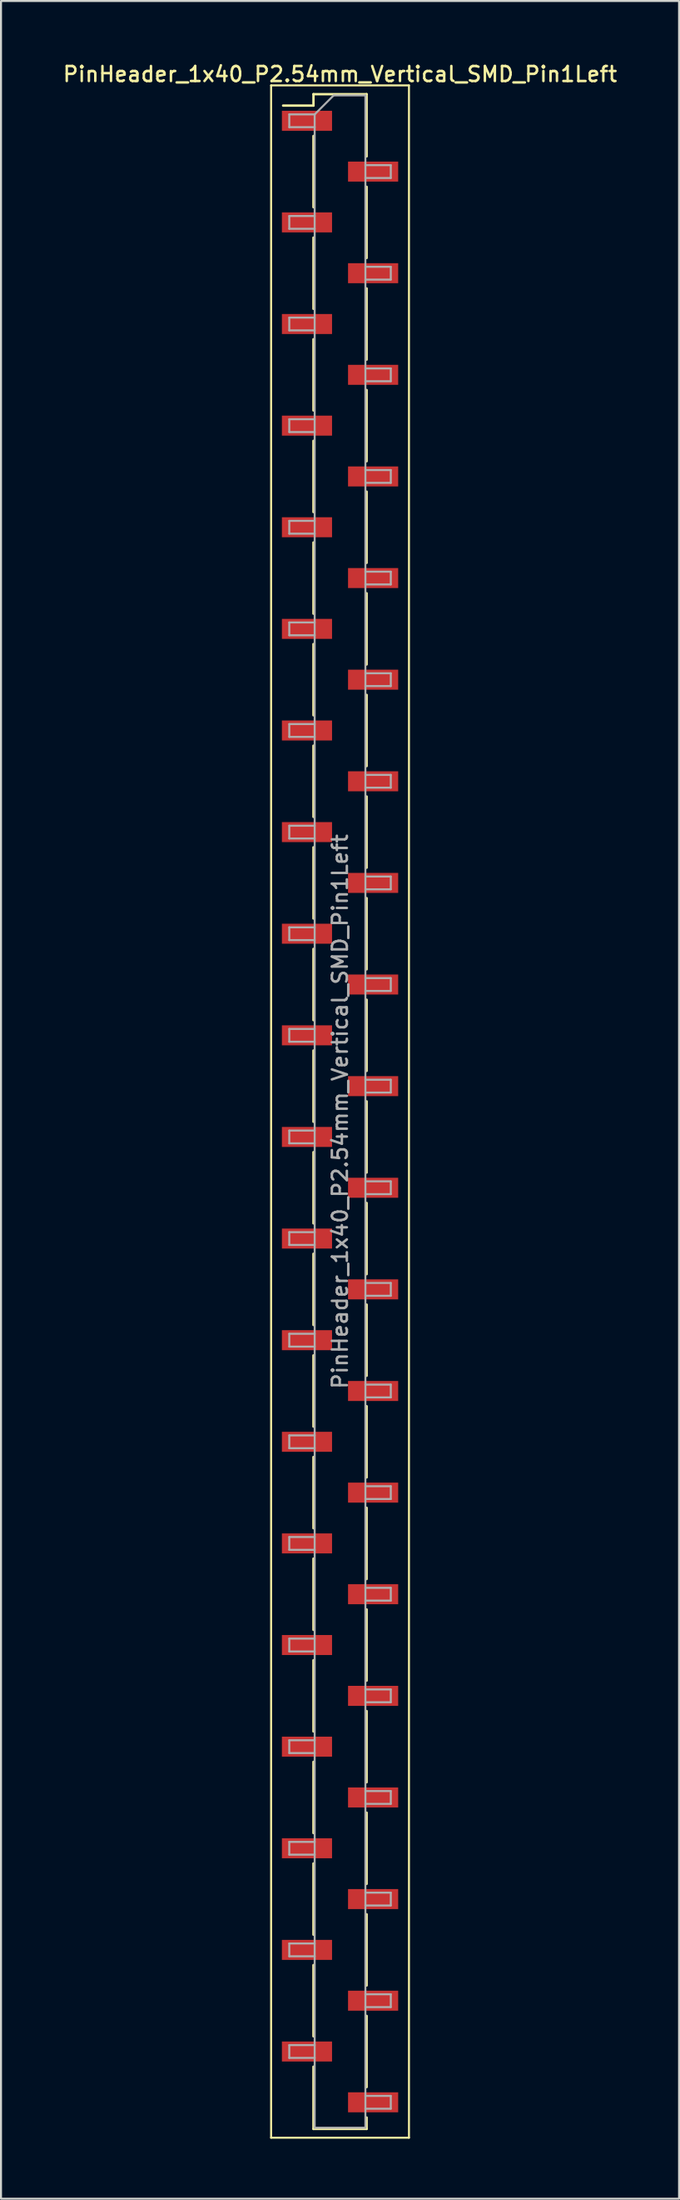
<source format=kicad_pcb>
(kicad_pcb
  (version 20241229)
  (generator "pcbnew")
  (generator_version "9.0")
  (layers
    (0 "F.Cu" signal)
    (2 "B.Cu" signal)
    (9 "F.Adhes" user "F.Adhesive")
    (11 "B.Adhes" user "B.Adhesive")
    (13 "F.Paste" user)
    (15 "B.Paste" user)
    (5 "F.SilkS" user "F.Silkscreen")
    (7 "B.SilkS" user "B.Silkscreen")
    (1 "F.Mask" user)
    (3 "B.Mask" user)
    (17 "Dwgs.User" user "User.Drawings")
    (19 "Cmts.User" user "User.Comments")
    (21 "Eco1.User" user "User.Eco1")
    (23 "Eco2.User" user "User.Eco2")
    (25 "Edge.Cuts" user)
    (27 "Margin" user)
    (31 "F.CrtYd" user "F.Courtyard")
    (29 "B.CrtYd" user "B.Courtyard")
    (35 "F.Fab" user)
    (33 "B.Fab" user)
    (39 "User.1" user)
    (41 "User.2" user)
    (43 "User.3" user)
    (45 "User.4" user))
  (footprint "PinHeader_1x40_P2.54mm_Vertical_SMD_Pin1Left"
    (layer "F.Cu")
    (at 13.97 52.518)
    (property "Reference" "PinHeader_1x40_P2.54mm_Vertical_SMD_Pin1Left" (at 0 -51.86 0) (layer "F.SilkS") (effects (font (size 0.75 0.75) (thickness 0.125))))
    (attr smd)
    (fp_line (start -3.45 -51.3) (end -3.45 51.3) (stroke (width 0.1) (type solid)) (layer "F.SilkS"))
    (fp_line (start -3.45 51.3) (end 3.45 51.3) (stroke (width 0.1) (type solid)) (layer "F.SilkS"))
    (fp_line (start -1.33 -50.86) (end -1.33 -50.29) (stroke (width 0.12) (type solid)) (layer "F.SilkS"))
    (fp_line (start -1.33 -50.86) (end 1.33 -50.86) (stroke (width 0.12) (type solid)) (layer "F.SilkS"))
    (fp_line (start -1.33 -50.29) (end -2.85 -50.29) (stroke (width 0.12) (type solid)) (layer "F.SilkS"))
    (fp_line (start -1.33 -48.77) (end -1.33 -45.21) (stroke (width 0.12) (type solid)) (layer "F.SilkS"))
    (fp_line (start -1.33 -43.69) (end -1.33 -40.13) (stroke (width 0.12) (type solid)) (layer "F.SilkS"))
    (fp_line (start -1.33 -38.61) (end -1.33 -35.05) (stroke (width 0.12) (type solid)) (layer "F.SilkS"))
    (fp_line (start -1.33 -33.53) (end -1.33 -29.97) (stroke (width 0.12) (type solid)) (layer "F.SilkS"))
    (fp_line (start -1.33 -28.45) (end -1.33 -24.89) (stroke (width 0.12) (type solid)) (layer "F.SilkS"))
    (fp_line (start -1.33 -23.37) (end -1.33 -19.81) (stroke (width 0.12) (type solid)) (layer "F.SilkS"))
    (fp_line (start -1.33 -18.29) (end -1.33 -14.73) (stroke (width 0.12) (type solid)) (layer "F.SilkS"))
    (fp_line (start -1.33 -13.21) (end -1.33 -9.65) (stroke (width 0.12) (type solid)) (layer "F.SilkS"))
    (fp_line (start -1.33 -8.13) (end -1.33 -4.57) (stroke (width 0.12) (type solid)) (layer "F.SilkS"))
    (fp_line (start -1.33 -3.05) (end -1.33 0.51) (stroke (width 0.12) (type solid)) (layer "F.SilkS"))
    (fp_line (start -1.33 2.03) (end -1.33 5.59) (stroke (width 0.12) (type solid)) (layer "F.SilkS"))
    (fp_line (start -1.33 7.11) (end -1.33 10.67) (stroke (width 0.12) (type solid)) (layer "F.SilkS"))
    (fp_line (start -1.33 12.19) (end -1.33 15.75) (stroke (width 0.12) (type solid)) (layer "F.SilkS"))
    (fp_line (start -1.33 17.27) (end -1.33 20.83) (stroke (width 0.12) (type solid)) (layer "F.SilkS"))
    (fp_line (start -1.33 22.35) (end -1.33 25.91) (stroke (width 0.12) (type solid)) (layer "F.SilkS"))
    (fp_line (start -1.33 27.43) (end -1.33 30.99) (stroke (width 0.12) (type solid)) (layer "F.SilkS"))
    (fp_line (start -1.33 32.51) (end -1.33 36.07) (stroke (width 0.12) (type solid)) (layer "F.SilkS"))
    (fp_line (start -1.33 37.59) (end -1.33 41.15) (stroke (width 0.12) (type solid)) (layer "F.SilkS"))
    (fp_line (start -1.33 42.67) (end -1.33 46.23) (stroke (width 0.12) (type solid)) (layer "F.SilkS"))
    (fp_line (start -1.33 47.75) (end -1.33 50.86) (stroke (width 0.12) (type solid)) (layer "F.SilkS"))
    (fp_line (start -1.33 50.86) (end 1.33 50.86) (stroke (width 0.12) (type solid)) (layer "F.SilkS"))
    (fp_line (start 1.33 -50.86) (end 1.33 -47.75) (stroke (width 0.12) (type solid)) (layer "F.SilkS"))
    (fp_line (start 1.33 -46.23) (end 1.33 -42.67) (stroke (width 0.12) (type solid)) (layer "F.SilkS"))
    (fp_line (start 1.33 -41.15) (end 1.33 -37.59) (stroke (width 0.12) (type solid)) (layer "F.SilkS"))
    (fp_line (start 1.33 -36.07) (end 1.33 -32.51) (stroke (width 0.12) (type solid)) (layer "F.SilkS"))
    (fp_line (start 1.33 -30.99) (end 1.33 -27.43) (stroke (width 0.12) (type solid)) (layer "F.SilkS"))
    (fp_line (start 1.33 -25.91) (end 1.33 -22.35) (stroke (width 0.12) (type solid)) (layer "F.SilkS"))
    (fp_line (start 1.33 -20.83) (end 1.33 -17.27) (stroke (width 0.12) (type solid)) (layer "F.SilkS"))
    (fp_line (start 1.33 -15.75) (end 1.33 -12.19) (stroke (width 0.12) (type solid)) (layer "F.SilkS"))
    (fp_line (start 1.33 -10.67) (end 1.33 -7.11) (stroke (width 0.12) (type solid)) (layer "F.SilkS"))
    (fp_line (start 1.33 -5.59) (end 1.33 -2.03) (stroke (width 0.12) (type solid)) (layer "F.SilkS"))
    (fp_line (start 1.33 -0.51) (end 1.33 3.05) (stroke (width 0.12) (type solid)) (layer "F.SilkS"))
    (fp_line (start 1.33 4.57) (end 1.33 8.13) (stroke (width 0.12) (type solid)) (layer "F.SilkS"))
    (fp_line (start 1.33 9.65) (end 1.33 13.21) (stroke (width 0.12) (type solid)) (layer "F.SilkS"))
    (fp_line (start 1.33 14.73) (end 1.33 18.29) (stroke (width 0.12) (type solid)) (layer "F.SilkS"))
    (fp_line (start 1.33 19.81) (end 1.33 23.37) (stroke (width 0.12) (type solid)) (layer "F.SilkS"))
    (fp_line (start 1.33 24.89) (end 1.33 28.45) (stroke (width 0.12) (type solid)) (layer "F.SilkS"))
    (fp_line (start 1.33 29.97) (end 1.33 33.53) (stroke (width 0.12) (type solid)) (layer "F.SilkS"))
    (fp_line (start 1.33 35.05) (end 1.33 38.61) (stroke (width 0.12) (type solid)) (layer "F.SilkS"))
    (fp_line (start 1.33 40.13) (end 1.33 43.69) (stroke (width 0.12) (type solid)) (layer "F.SilkS"))
    (fp_line (start 1.33 45.21) (end 1.33 48.77) (stroke (width 0.12) (type solid)) (layer "F.SilkS"))
    (fp_line (start 1.33 50.29) (end 1.33 50.86) (stroke (width 0.12) (type solid)) (layer "F.SilkS"))
    (fp_line (start 3.45 -51.3) (end -3.45 -51.3) (stroke (width 0.1) (type solid)) (layer "F.SilkS"))
    (fp_line (start 3.45 51.3) (end 3.45 -51.3) (stroke (width 0.1) (type solid)) (layer "F.SilkS"))
    (fp_line (start -2.54 -49.85) (end -2.54 -49.21) (stroke (width 0.1) (type solid)) (layer "F.Fab"))
    (fp_line (start -2.54 -49.21) (end -1.27 -49.21) (stroke (width 0.1) (type solid)) (layer "F.Fab"))
    (fp_line (start -2.54 -44.77) (end -2.54 -44.13) (stroke (width 0.1) (type solid)) (layer "F.Fab"))
    (fp_line (start -2.54 -44.13) (end -1.27 -44.13) (stroke (width 0.1) (type solid)) (layer "F.Fab"))
    (fp_line (start -2.54 -39.69) (end -2.54 -39.05) (stroke (width 0.1) (type solid)) (layer "F.Fab"))
    (fp_line (start -2.54 -39.05) (end -1.27 -39.05) (stroke (width 0.1) (type solid)) (layer "F.Fab"))
    (fp_line (start -2.54 -34.61) (end -2.54 -33.97) (stroke (width 0.1) (type solid)) (layer "F.Fab"))
    (fp_line (start -2.54 -33.97) (end -1.27 -33.97) (stroke (width 0.1) (type solid)) (layer "F.Fab"))
    (fp_line (start -2.54 -29.53) (end -2.54 -28.89) (stroke (width 0.1) (type solid)) (layer "F.Fab"))
    (fp_line (start -2.54 -28.89) (end -1.27 -28.89) (stroke (width 0.1) (type solid)) (layer "F.Fab"))
    (fp_line (start -2.54 -24.45) (end -2.54 -23.81) (stroke (width 0.1) (type solid)) (layer "F.Fab"))
    (fp_line (start -2.54 -23.81) (end -1.27 -23.81) (stroke (width 0.1) (type solid)) (layer "F.Fab"))
    (fp_line (start -2.54 -19.37) (end -2.54 -18.73) (stroke (width 0.1) (type solid)) (layer "F.Fab"))
    (fp_line (start -2.54 -18.73) (end -1.27 -18.73) (stroke (width 0.1) (type solid)) (layer "F.Fab"))
    (fp_line (start -2.54 -14.29) (end -2.54 -13.65) (stroke (width 0.1) (type solid)) (layer "F.Fab"))
    (fp_line (start -2.54 -13.65) (end -1.27 -13.65) (stroke (width 0.1) (type solid)) (layer "F.Fab"))
    (fp_line (start -2.54 -9.21) (end -2.54 -8.57) (stroke (width 0.1) (type solid)) (layer "F.Fab"))
    (fp_line (start -2.54 -8.57) (end -1.27 -8.57) (stroke (width 0.1) (type solid)) (layer "F.Fab"))
    (fp_line (start -2.54 -4.13) (end -2.54 -3.49) (stroke (width 0.1) (type solid)) (layer "F.Fab"))
    (fp_line (start -2.54 -3.49) (end -1.27 -3.49) (stroke (width 0.1) (type solid)) (layer "F.Fab"))
    (fp_line (start -2.54 0.95) (end -2.54 1.59) (stroke (width 0.1) (type solid)) (layer "F.Fab"))
    (fp_line (start -2.54 1.59) (end -1.27 1.59) (stroke (width 0.1) (type solid)) (layer "F.Fab"))
    (fp_line (start -2.54 6.03) (end -2.54 6.67) (stroke (width 0.1) (type solid)) (layer "F.Fab"))
    (fp_line (start -2.54 6.67) (end -1.27 6.67) (stroke (width 0.1) (type solid)) (layer "F.Fab"))
    (fp_line (start -2.54 11.11) (end -2.54 11.75) (stroke (width 0.1) (type solid)) (layer "F.Fab"))
    (fp_line (start -2.54 11.75) (end -1.27 11.75) (stroke (width 0.1) (type solid)) (layer "F.Fab"))
    (fp_line (start -2.54 16.19) (end -2.54 16.83) (stroke (width 0.1) (type solid)) (layer "F.Fab"))
    (fp_line (start -2.54 16.83) (end -1.27 16.83) (stroke (width 0.1) (type solid)) (layer "F.Fab"))
    (fp_line (start -2.54 21.27) (end -2.54 21.91) (stroke (width 0.1) (type solid)) (layer "F.Fab"))
    (fp_line (start -2.54 21.91) (end -1.27 21.91) (stroke (width 0.1) (type solid)) (layer "F.Fab"))
    (fp_line (start -2.54 26.35) (end -2.54 26.99) (stroke (width 0.1) (type solid)) (layer "F.Fab"))
    (fp_line (start -2.54 26.99) (end -1.27 26.99) (stroke (width 0.1) (type solid)) (layer "F.Fab"))
    (fp_line (start -2.54 31.43) (end -2.54 32.07) (stroke (width 0.1) (type solid)) (layer "F.Fab"))
    (fp_line (start -2.54 32.07) (end -1.27 32.07) (stroke (width 0.1) (type solid)) (layer "F.Fab"))
    (fp_line (start -2.54 36.51) (end -2.54 37.15) (stroke (width 0.1) (type solid)) (layer "F.Fab"))
    (fp_line (start -2.54 37.15) (end -1.27 37.15) (stroke (width 0.1) (type solid)) (layer "F.Fab"))
    (fp_line (start -2.54 41.59) (end -2.54 42.23) (stroke (width 0.1) (type solid)) (layer "F.Fab"))
    (fp_line (start -2.54 42.23) (end -1.27 42.23) (stroke (width 0.1) (type solid)) (layer "F.Fab"))
    (fp_line (start -2.54 46.67) (end -2.54 47.31) (stroke (width 0.1) (type solid)) (layer "F.Fab"))
    (fp_line (start -2.54 47.31) (end -1.27 47.31) (stroke (width 0.1) (type solid)) (layer "F.Fab"))
    (fp_line (start -1.27 -49.85) (end -2.54 -49.85) (stroke (width 0.1) (type solid)) (layer "F.Fab"))
    (fp_line (start -1.27 -49.85) (end -0.32 -50.8) (stroke (width 0.1) (type solid)) (layer "F.Fab"))
    (fp_line (start -1.27 -44.77) (end -2.54 -44.77) (stroke (width 0.1) (type solid)) (layer "F.Fab"))
    (fp_line (start -1.27 -39.69) (end -2.54 -39.69) (stroke (width 0.1) (type solid)) (layer "F.Fab"))
    (fp_line (start -1.27 -34.61) (end -2.54 -34.61) (stroke (width 0.1) (type solid)) (layer "F.Fab"))
    (fp_line (start -1.27 -29.53) (end -2.54 -29.53) (stroke (width 0.1) (type solid)) (layer "F.Fab"))
    (fp_line (start -1.27 -24.45) (end -2.54 -24.45) (stroke (width 0.1) (type solid)) (layer "F.Fab"))
    (fp_line (start -1.27 -19.37) (end -2.54 -19.37) (stroke (width 0.1) (type solid)) (layer "F.Fab"))
    (fp_line (start -1.27 -14.29) (end -2.54 -14.29) (stroke (width 0.1) (type solid)) (layer "F.Fab"))
    (fp_line (start -1.27 -9.21) (end -2.54 -9.21) (stroke (width 0.1) (type solid)) (layer "F.Fab"))
    (fp_line (start -1.27 -4.13) (end -2.54 -4.13) (stroke (width 0.1) (type solid)) (layer "F.Fab"))
    (fp_line (start -1.27 0.95) (end -2.54 0.95) (stroke (width 0.1) (type solid)) (layer "F.Fab"))
    (fp_line (start -1.27 6.03) (end -2.54 6.03) (stroke (width 0.1) (type solid)) (layer "F.Fab"))
    (fp_line (start -1.27 11.11) (end -2.54 11.11) (stroke (width 0.1) (type solid)) (layer "F.Fab"))
    (fp_line (start -1.27 16.19) (end -2.54 16.19) (stroke (width 0.1) (type solid)) (layer "F.Fab"))
    (fp_line (start -1.27 21.27) (end -2.54 21.27) (stroke (width 0.1) (type solid)) (layer "F.Fab"))
    (fp_line (start -1.27 26.35) (end -2.54 26.35) (stroke (width 0.1) (type solid)) (layer "F.Fab"))
    (fp_line (start -1.27 31.43) (end -2.54 31.43) (stroke (width 0.1) (type solid)) (layer "F.Fab"))
    (fp_line (start -1.27 36.51) (end -2.54 36.51) (stroke (width 0.1) (type solid)) (layer "F.Fab"))
    (fp_line (start -1.27 41.59) (end -2.54 41.59) (stroke (width 0.1) (type solid)) (layer "F.Fab"))
    (fp_line (start -1.27 46.67) (end -2.54 46.67) (stroke (width 0.1) (type solid)) (layer "F.Fab"))
    (fp_line (start -1.27 50.8) (end -1.27 -49.85) (stroke (width 0.1) (type solid)) (layer "F.Fab"))
    (fp_line (start -0.32 -50.8) (end 1.27 -50.8) (stroke (width 0.1) (type solid)) (layer "F.Fab"))
    (fp_line (start 1.27 -50.8) (end 1.27 50.8) (stroke (width 0.1) (type solid)) (layer "F.Fab"))
    (fp_line (start 1.27 -47.31) (end 2.54 -47.31) (stroke (width 0.1) (type solid)) (layer "F.Fab"))
    (fp_line (start 1.27 -42.23) (end 2.54 -42.23) (stroke (width 0.1) (type solid)) (layer "F.Fab"))
    (fp_line (start 1.27 -37.15) (end 2.54 -37.15) (stroke (width 0.1) (type solid)) (layer "F.Fab"))
    (fp_line (start 1.27 -32.07) (end 2.54 -32.07) (stroke (width 0.1) (type solid)) (layer "F.Fab"))
    (fp_line (start 1.27 -26.99) (end 2.54 -26.99) (stroke (width 0.1) (type solid)) (layer "F.Fab"))
    (fp_line (start 1.27 -21.91) (end 2.54 -21.91) (stroke (width 0.1) (type solid)) (layer "F.Fab"))
    (fp_line (start 1.27 -16.83) (end 2.54 -16.83) (stroke (width 0.1) (type solid)) (layer "F.Fab"))
    (fp_line (start 1.27 -11.75) (end 2.54 -11.75) (stroke (width 0.1) (type solid)) (layer "F.Fab"))
    (fp_line (start 1.27 -6.67) (end 2.54 -6.67) (stroke (width 0.1) (type solid)) (layer "F.Fab"))
    (fp_line (start 1.27 -1.59) (end 2.54 -1.59) (stroke (width 0.1) (type solid)) (layer "F.Fab"))
    (fp_line (start 1.27 3.49) (end 2.54 3.49) (stroke (width 0.1) (type solid)) (layer "F.Fab"))
    (fp_line (start 1.27 8.57) (end 2.54 8.57) (stroke (width 0.1) (type solid)) (layer "F.Fab"))
    (fp_line (start 1.27 13.65) (end 2.54 13.65) (stroke (width 0.1) (type solid)) (layer "F.Fab"))
    (fp_line (start 1.27 18.73) (end 2.54 18.73) (stroke (width 0.1) (type solid)) (layer "F.Fab"))
    (fp_line (start 1.27 23.81) (end 2.54 23.81) (stroke (width 0.1) (type solid)) (layer "F.Fab"))
    (fp_line (start 1.27 28.89) (end 2.54 28.89) (stroke (width 0.1) (type solid)) (layer "F.Fab"))
    (fp_line (start 1.27 33.97) (end 2.54 33.97) (stroke (width 0.1) (type solid)) (layer "F.Fab"))
    (fp_line (start 1.27 39.05) (end 2.54 39.05) (stroke (width 0.1) (type solid)) (layer "F.Fab"))
    (fp_line (start 1.27 44.13) (end 2.54 44.13) (stroke (width 0.1) (type solid)) (layer "F.Fab"))
    (fp_line (start 1.27 49.21) (end 2.54 49.21) (stroke (width 0.1) (type solid)) (layer "F.Fab"))
    (fp_line (start 1.27 50.8) (end -1.27 50.8) (stroke (width 0.1) (type solid)) (layer "F.Fab"))
    (fp_line (start 2.54 -47.31) (end 2.54 -46.67) (stroke (width 0.1) (type solid)) (layer "F.Fab"))
    (fp_line (start 2.54 -46.67) (end 1.27 -46.67) (stroke (width 0.1) (type solid)) (layer "F.Fab"))
    (fp_line (start 2.54 -42.23) (end 2.54 -41.59) (stroke (width 0.1) (type solid)) (layer "F.Fab"))
    (fp_line (start 2.54 -41.59) (end 1.27 -41.59) (stroke (width 0.1) (type solid)) (layer "F.Fab"))
    (fp_line (start 2.54 -37.15) (end 2.54 -36.51) (stroke (width 0.1) (type solid)) (layer "F.Fab"))
    (fp_line (start 2.54 -36.51) (end 1.27 -36.51) (stroke (width 0.1) (type solid)) (layer "F.Fab"))
    (fp_line (start 2.54 -32.07) (end 2.54 -31.43) (stroke (width 0.1) (type solid)) (layer "F.Fab"))
    (fp_line (start 2.54 -31.43) (end 1.27 -31.43) (stroke (width 0.1) (type solid)) (layer "F.Fab"))
    (fp_line (start 2.54 -26.99) (end 2.54 -26.35) (stroke (width 0.1) (type solid)) (layer "F.Fab"))
    (fp_line (start 2.54 -26.35) (end 1.27 -26.35) (stroke (width 0.1) (type solid)) (layer "F.Fab"))
    (fp_line (start 2.54 -21.91) (end 2.54 -21.27) (stroke (width 0.1) (type solid)) (layer "F.Fab"))
    (fp_line (start 2.54 -21.27) (end 1.27 -21.27) (stroke (width 0.1) (type solid)) (layer "F.Fab"))
    (fp_line (start 2.54 -16.83) (end 2.54 -16.19) (stroke (width 0.1) (type solid)) (layer "F.Fab"))
    (fp_line (start 2.54 -16.19) (end 1.27 -16.19) (stroke (width 0.1) (type solid)) (layer "F.Fab"))
    (fp_line (start 2.54 -11.75) (end 2.54 -11.11) (stroke (width 0.1) (type solid)) (layer "F.Fab"))
    (fp_line (start 2.54 -11.11) (end 1.27 -11.11) (stroke (width 0.1) (type solid)) (layer "F.Fab"))
    (fp_line (start 2.54 -6.67) (end 2.54 -6.03) (stroke (width 0.1) (type solid)) (layer "F.Fab"))
    (fp_line (start 2.54 -6.03) (end 1.27 -6.03) (stroke (width 0.1) (type solid)) (layer "F.Fab"))
    (fp_line (start 2.54 -1.59) (end 2.54 -0.95) (stroke (width 0.1) (type solid)) (layer "F.Fab"))
    (fp_line (start 2.54 -0.95) (end 1.27 -0.95) (stroke (width 0.1) (type solid)) (layer "F.Fab"))
    (fp_line (start 2.54 3.49) (end 2.54 4.13) (stroke (width 0.1) (type solid)) (layer "F.Fab"))
    (fp_line (start 2.54 4.13) (end 1.27 4.13) (stroke (width 0.1) (type solid)) (layer "F.Fab"))
    (fp_line (start 2.54 8.57) (end 2.54 9.21) (stroke (width 0.1) (type solid)) (layer "F.Fab"))
    (fp_line (start 2.54 9.21) (end 1.27 9.21) (stroke (width 0.1) (type solid)) (layer "F.Fab"))
    (fp_line (start 2.54 13.65) (end 2.54 14.29) (stroke (width 0.1) (type solid)) (layer "F.Fab"))
    (fp_line (start 2.54 14.29) (end 1.27 14.29) (stroke (width 0.1) (type solid)) (layer "F.Fab"))
    (fp_line (start 2.54 18.73) (end 2.54 19.37) (stroke (width 0.1) (type solid)) (layer "F.Fab"))
    (fp_line (start 2.54 19.37) (end 1.27 19.37) (stroke (width 0.1) (type solid)) (layer "F.Fab"))
    (fp_line (start 2.54 23.81) (end 2.54 24.45) (stroke (width 0.1) (type solid)) (layer "F.Fab"))
    (fp_line (start 2.54 24.45) (end 1.27 24.45) (stroke (width 0.1) (type solid)) (layer "F.Fab"))
    (fp_line (start 2.54 28.89) (end 2.54 29.53) (stroke (width 0.1) (type solid)) (layer "F.Fab"))
    (fp_line (start 2.54 29.53) (end 1.27 29.53) (stroke (width 0.1) (type solid)) (layer "F.Fab"))
    (fp_line (start 2.54 33.97) (end 2.54 34.61) (stroke (width 0.1) (type solid)) (layer "F.Fab"))
    (fp_line (start 2.54 34.61) (end 1.27 34.61) (stroke (width 0.1) (type solid)) (layer "F.Fab"))
    (fp_line (start 2.54 39.05) (end 2.54 39.69) (stroke (width 0.1) (type solid)) (layer "F.Fab"))
    (fp_line (start 2.54 39.69) (end 1.27 39.69) (stroke (width 0.1) (type solid)) (layer "F.Fab"))
    (fp_line (start 2.54 44.13) (end 2.54 44.77) (stroke (width 0.1) (type solid)) (layer "F.Fab"))
    (fp_line (start 2.54 44.77) (end 1.27 44.77) (stroke (width 0.1) (type solid)) (layer "F.Fab"))
    (fp_line (start 2.54 49.21) (end 2.54 49.85) (stroke (width 0.1) (type solid)) (layer "F.Fab"))
    (fp_line (start 2.54 49.85) (end 1.27 49.85) (stroke (width 0.1) (type solid)) (layer "F.Fab"))
    (fp_text user "${REFERENCE}" (at 0 0 90) (layer "F.Fab") (effects (font (size 0.75 0.75) (thickness 0.125))))
    (pad "1" smd rect (at -1.655 -49.53) (size 2.51 1) (layers "F.Cu" "F.Mask" "F.Paste"))
    (pad "2" smd rect (at 1.655 -46.99) (size 2.51 1) (layers "F.Cu" "F.Mask" "F.Paste"))
    (pad "3" smd rect (at -1.655 -44.45) (size 2.51 1) (layers "F.Cu" "F.Mask" "F.Paste"))
    (pad "4" smd rect (at 1.655 -41.91) (size 2.51 1) (layers "F.Cu" "F.Mask" "F.Paste"))
    (pad "5" smd rect (at -1.655 -39.37) (size 2.51 1) (layers "F.Cu" "F.Mask" "F.Paste"))
    (pad "6" smd rect (at 1.655 -36.83) (size 2.51 1) (layers "F.Cu" "F.Mask" "F.Paste"))
    (pad "7" smd rect (at -1.655 -34.29) (size 2.51 1) (layers "F.Cu" "F.Mask" "F.Paste"))
    (pad "8" smd rect (at 1.655 -31.75) (size 2.51 1) (layers "F.Cu" "F.Mask" "F.Paste"))
    (pad "9" smd rect (at -1.655 -29.21) (size 2.51 1) (layers "F.Cu" "F.Mask" "F.Paste"))
    (pad "10" smd rect (at 1.655 -26.67) (size 2.51 1) (layers "F.Cu" "F.Mask" "F.Paste"))
    (pad "11" smd rect (at -1.655 -24.13) (size 2.51 1) (layers "F.Cu" "F.Mask" "F.Paste"))
    (pad "12" smd rect (at 1.655 -21.59) (size 2.51 1) (layers "F.Cu" "F.Mask" "F.Paste"))
    (pad "13" smd rect (at -1.655 -19.05) (size 2.51 1) (layers "F.Cu" "F.Mask" "F.Paste"))
    (pad "14" smd rect (at 1.655 -16.51) (size 2.51 1) (layers "F.Cu" "F.Mask" "F.Paste"))
    (pad "15" smd rect (at -1.655 -13.97) (size 2.51 1) (layers "F.Cu" "F.Mask" "F.Paste"))
    (pad "16" smd rect (at 1.655 -11.43) (size 2.51 1) (layers "F.Cu" "F.Mask" "F.Paste"))
    (pad "17" smd rect (at -1.655 -8.89) (size 2.51 1) (layers "F.Cu" "F.Mask" "F.Paste"))
    (pad "18" smd rect (at 1.655 -6.35) (size 2.51 1) (layers "F.Cu" "F.Mask" "F.Paste"))
    (pad "19" smd rect (at -1.655 -3.81) (size 2.51 1) (layers "F.Cu" "F.Mask" "F.Paste"))
    (pad "20" smd rect (at 1.655 -1.27) (size 2.51 1) (layers "F.Cu" "F.Mask" "F.Paste"))
    (pad "21" smd rect (at -1.655 1.27) (size 2.51 1) (layers "F.Cu" "F.Mask" "F.Paste"))
    (pad "22" smd rect (at 1.655 3.81) (size 2.51 1) (layers "F.Cu" "F.Mask" "F.Paste"))
    (pad "23" smd rect (at -1.655 6.35) (size 2.51 1) (layers "F.Cu" "F.Mask" "F.Paste"))
    (pad "24" smd rect (at 1.655 8.89) (size 2.51 1) (layers "F.Cu" "F.Mask" "F.Paste"))
    (pad "25" smd rect (at -1.655 11.43) (size 2.51 1) (layers "F.Cu" "F.Mask" "F.Paste"))
    (pad "26" smd rect (at 1.655 13.97) (size 2.51 1) (layers "F.Cu" "F.Mask" "F.Paste"))
    (pad "27" smd rect (at -1.655 16.51) (size 2.51 1) (layers "F.Cu" "F.Mask" "F.Paste"))
    (pad "28" smd rect (at 1.655 19.05) (size 2.51 1) (layers "F.Cu" "F.Mask" "F.Paste"))
    (pad "29" smd rect (at -1.655 21.59) (size 2.51 1) (layers "F.Cu" "F.Mask" "F.Paste"))
    (pad "30" smd rect (at 1.655 24.13) (size 2.51 1) (layers "F.Cu" "F.Mask" "F.Paste"))
    (pad "31" smd rect (at -1.655 26.67) (size 2.51 1) (layers "F.Cu" "F.Mask" "F.Paste"))
    (pad "32" smd rect (at 1.655 29.21) (size 2.51 1) (layers "F.Cu" "F.Mask" "F.Paste"))
    (pad "33" smd rect (at -1.655 31.75) (size 2.51 1) (layers "F.Cu" "F.Mask" "F.Paste"))
    (pad "34" smd rect (at 1.655 34.29) (size 2.51 1) (layers "F.Cu" "F.Mask" "F.Paste"))
    (pad "35" smd rect (at -1.655 36.83) (size 2.51 1) (layers "F.Cu" "F.Mask" "F.Paste"))
    (pad "36" smd rect (at 1.655 39.37) (size 2.51 1) (layers "F.Cu" "F.Mask" "F.Paste"))
    (pad "37" smd rect (at -1.655 41.91) (size 2.51 1) (layers "F.Cu" "F.Mask" "F.Paste"))
    (pad "38" smd rect (at 1.655 44.45) (size 2.51 1) (layers "F.Cu" "F.Mask" "F.Paste"))
    (pad "39" smd rect (at -1.655 46.99) (size 2.51 1) (layers "F.Cu" "F.Mask" "F.Paste"))
    (pad "40" smd rect (at 1.655 49.53) (size 2.51 1) (layers "F.Cu" "F.Mask" "F.Paste")))
  (gr_rect
    (start -3 -3)
    (end 30.939 106.868)
    (stroke (width 0.1) (type default))
    (fill no)
    (layer "Edge.Cuts")))
</source>
